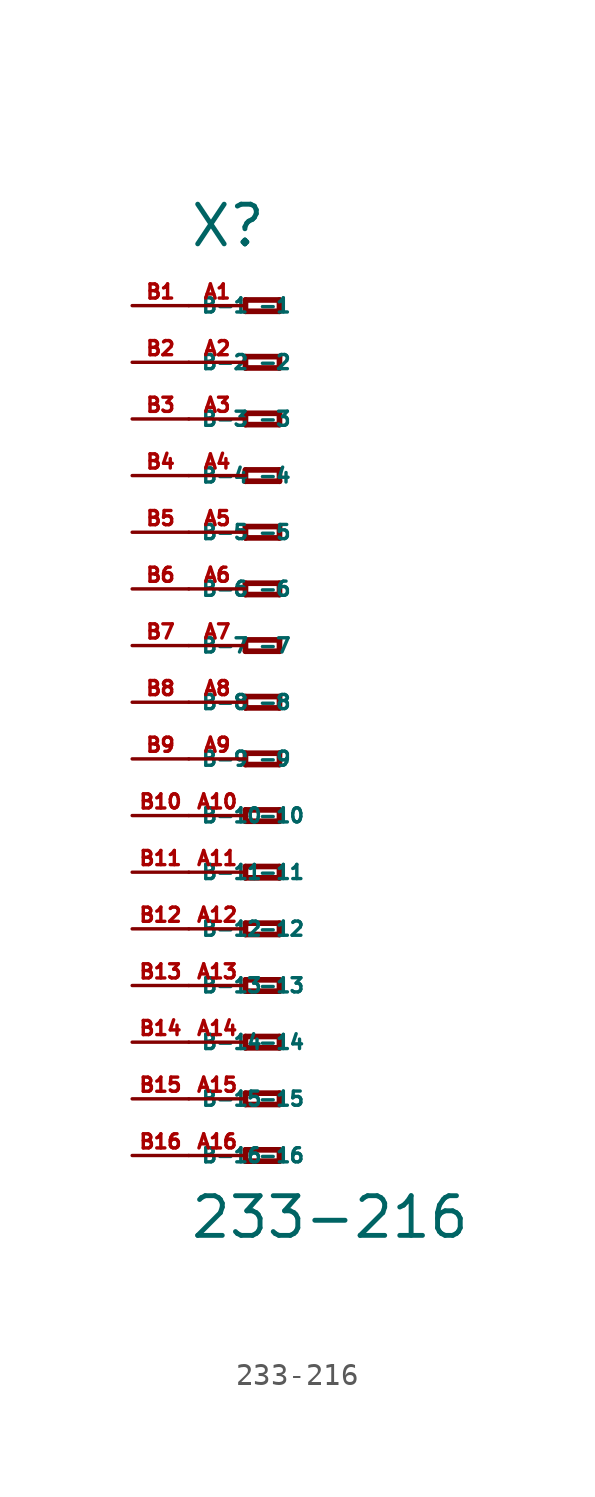
<source format=kicad_sym>
(kicad_symbol_lib
  (version 20220914)
  (generator Eagle2Kicad)
  (symbol "233-216"
    (property "Reference" "X"
      (at -5.08 20.32 0)
      (effects (font (size 1.778 1.778) (thickness 0.22)) (justify left bottom)))
    (property "Value" "233-216"
      (at -5.08 -24.13 0)
      (effects (font (size 1.778 1.778) (thickness 0.22)) (justify left bottom)))
    (polyline
      (pts (xy -2.54 18.034) (xy -2.54 17.526))
      (stroke (width 0.254) (type default))
      (fill (type none)))
    (polyline
      (pts (xy -2.54 17.526) (xy -1.016 17.526))
      (stroke (width 0.254) (type default))
      (fill (type none)))
    (polyline
      (pts (xy -1.016 17.526) (xy -1.016 18.034))
      (stroke (width 0.254) (type default))
      (fill (type none)))
    (polyline
      (pts (xy -1.016 18.034) (xy -2.54 18.034))
      (stroke (width 0.254) (type default))
      (fill (type none)))
    (polyline
      (pts (xy -2.54 15.494) (xy -2.54 14.986))
      (stroke (width 0.254) (type default))
      (fill (type none)))
    (polyline
      (pts (xy -2.54 14.986) (xy -1.016 14.986))
      (stroke (width 0.254) (type default))
      (fill (type none)))
    (polyline
      (pts (xy -1.016 14.986) (xy -1.016 15.494))
      (stroke (width 0.254) (type default))
      (fill (type none)))
    (polyline
      (pts (xy -1.016 15.494) (xy -2.54 15.494))
      (stroke (width 0.254) (type default))
      (fill (type none)))
    (polyline
      (pts (xy -2.54 12.954) (xy -2.54 12.446))
      (stroke (width 0.254) (type default))
      (fill (type none)))
    (polyline
      (pts (xy -2.54 12.446) (xy -1.016 12.446))
      (stroke (width 0.254) (type default))
      (fill (type none)))
    (polyline
      (pts (xy -1.016 12.446) (xy -1.016 12.954))
      (stroke (width 0.254) (type default))
      (fill (type none)))
    (polyline
      (pts (xy -1.016 12.954) (xy -2.54 12.954))
      (stroke (width 0.254) (type default))
      (fill (type none)))
    (polyline
      (pts (xy -2.54 10.414) (xy -2.54 9.906))
      (stroke (width 0.254) (type default))
      (fill (type none)))
    (polyline
      (pts (xy -2.54 9.906) (xy -1.016 9.906))
      (stroke (width 0.254) (type default))
      (fill (type none)))
    (polyline
      (pts (xy -1.016 9.906) (xy -1.016 10.414))
      (stroke (width 0.254) (type default))
      (fill (type none)))
    (polyline
      (pts (xy -1.016 10.414) (xy -2.54 10.414))
      (stroke (width 0.254) (type default))
      (fill (type none)))
    (polyline
      (pts (xy -2.54 7.874) (xy -2.54 7.366))
      (stroke (width 0.254) (type default))
      (fill (type none)))
    (polyline
      (pts (xy -2.54 7.366) (xy -1.016 7.366))
      (stroke (width 0.254) (type default))
      (fill (type none)))
    (polyline
      (pts (xy -1.016 7.366) (xy -1.016 7.874))
      (stroke (width 0.254) (type default))
      (fill (type none)))
    (polyline
      (pts (xy -1.016 7.874) (xy -2.54 7.874))
      (stroke (width 0.254) (type default))
      (fill (type none)))
    (polyline
      (pts (xy -2.54 5.334) (xy -2.54 4.826))
      (stroke (width 0.254) (type default))
      (fill (type none)))
    (polyline
      (pts (xy -2.54 4.826) (xy -1.016 4.826))
      (stroke (width 0.254) (type default))
      (fill (type none)))
    (polyline
      (pts (xy -1.016 4.826) (xy -1.016 5.334))
      (stroke (width 0.254) (type default))
      (fill (type none)))
    (polyline
      (pts (xy -1.016 5.334) (xy -2.54 5.334))
      (stroke (width 0.254) (type default))
      (fill (type none)))
    (polyline
      (pts (xy -2.54 2.794) (xy -2.54 2.286))
      (stroke (width 0.254) (type default))
      (fill (type none)))
    (polyline
      (pts (xy -2.54 2.286) (xy -1.016 2.286))
      (stroke (width 0.254) (type default))
      (fill (type none)))
    (polyline
      (pts (xy -1.016 2.286) (xy -1.016 2.794))
      (stroke (width 0.254) (type default))
      (fill (type none)))
    (polyline
      (pts (xy -1.016 2.794) (xy -2.54 2.794))
      (stroke (width 0.254) (type default))
      (fill (type none)))
    (polyline
      (pts (xy -2.54 0.254) (xy -2.54 -0.254))
      (stroke (width 0.254) (type default))
      (fill (type none)))
    (polyline
      (pts (xy -2.54 -0.254) (xy -1.016 -0.254))
      (stroke (width 0.254) (type default))
      (fill (type none)))
    (polyline
      (pts (xy -1.016 -0.254) (xy -1.016 0.254))
      (stroke (width 0.254) (type default))
      (fill (type none)))
    (polyline
      (pts (xy -1.016 0.254) (xy -2.54 0.254))
      (stroke (width 0.254) (type default))
      (fill (type none)))
    (polyline
      (pts (xy -2.54 -2.286) (xy -2.54 -2.794))
      (stroke (width 0.254) (type default))
      (fill (type none)))
    (polyline
      (pts (xy -2.54 -2.794) (xy -1.016 -2.794))
      (stroke (width 0.254) (type default))
      (fill (type none)))
    (polyline
      (pts (xy -1.016 -2.794) (xy -1.016 -2.286))
      (stroke (width 0.254) (type default))
      (fill (type none)))
    (polyline
      (pts (xy -1.016 -2.286) (xy -2.54 -2.286))
      (stroke (width 0.254) (type default))
      (fill (type none)))
    (polyline
      (pts (xy -2.54 -4.826) (xy -2.54 -5.334))
      (stroke (width 0.254) (type default))
      (fill (type none)))
    (polyline
      (pts (xy -2.54 -5.334) (xy -1.016 -5.334))
      (stroke (width 0.254) (type default))
      (fill (type none)))
    (polyline
      (pts (xy -1.016 -5.334) (xy -1.016 -4.826))
      (stroke (width 0.254) (type default))
      (fill (type none)))
    (polyline
      (pts (xy -1.016 -4.826) (xy -2.54 -4.826))
      (stroke (width 0.254) (type default))
      (fill (type none)))
    (polyline
      (pts (xy -2.54 -7.366) (xy -2.54 -7.874))
      (stroke (width 0.254) (type default))
      (fill (type none)))
    (polyline
      (pts (xy -2.54 -7.874) (xy -1.016 -7.874))
      (stroke (width 0.254) (type default))
      (fill (type none)))
    (polyline
      (pts (xy -1.016 -7.874) (xy -1.016 -7.366))
      (stroke (width 0.254) (type default))
      (fill (type none)))
    (polyline
      (pts (xy -1.016 -7.366) (xy -2.54 -7.366))
      (stroke (width 0.254) (type default))
      (fill (type none)))
    (polyline
      (pts (xy -2.54 -9.906) (xy -2.54 -10.414))
      (stroke (width 0.254) (type default))
      (fill (type none)))
    (polyline
      (pts (xy -2.54 -10.414) (xy -1.016 -10.414))
      (stroke (width 0.254) (type default))
      (fill (type none)))
    (polyline
      (pts (xy -1.016 -10.414) (xy -1.016 -9.906))
      (stroke (width 0.254) (type default))
      (fill (type none)))
    (polyline
      (pts (xy -1.016 -9.906) (xy -2.54 -9.906))
      (stroke (width 0.254) (type default))
      (fill (type none)))
    (polyline
      (pts (xy -2.54 -12.446) (xy -2.54 -12.954))
      (stroke (width 0.254) (type default))
      (fill (type none)))
    (polyline
      (pts (xy -2.54 -12.954) (xy -1.016 -12.954))
      (stroke (width 0.254) (type default))
      (fill (type none)))
    (polyline
      (pts (xy -1.016 -12.954) (xy -1.016 -12.446))
      (stroke (width 0.254) (type default))
      (fill (type none)))
    (polyline
      (pts (xy -1.016 -12.446) (xy -2.54 -12.446))
      (stroke (width 0.254) (type default))
      (fill (type none)))
    (polyline
      (pts (xy -2.54 -14.986) (xy -2.54 -15.494))
      (stroke (width 0.254) (type default))
      (fill (type none)))
    (polyline
      (pts (xy -2.54 -15.494) (xy -1.016 -15.494))
      (stroke (width 0.254) (type default))
      (fill (type none)))
    (polyline
      (pts (xy -1.016 -15.494) (xy -1.016 -14.986))
      (stroke (width 0.254) (type default))
      (fill (type none)))
    (polyline
      (pts (xy -1.016 -14.986) (xy -2.54 -14.986))
      (stroke (width 0.254) (type default))
      (fill (type none)))
    (polyline
      (pts (xy -2.54 -17.526) (xy -2.54 -18.034))
      (stroke (width 0.254) (type default))
      (fill (type none)))
    (polyline
      (pts (xy -2.54 -18.034) (xy -1.016 -18.034))
      (stroke (width 0.254) (type default))
      (fill (type none)))
    (polyline
      (pts (xy -1.016 -18.034) (xy -1.016 -17.526))
      (stroke (width 0.254) (type default))
      (fill (type none)))
    (polyline
      (pts (xy -1.016 -17.526) (xy -2.54 -17.526))
      (stroke (width 0.254) (type default))
      (fill (type none)))
    (polyline
      (pts (xy -2.54 -20.066) (xy -2.54 -20.574))
      (stroke (width 0.254) (type default))
      (fill (type none)))
    (polyline
      (pts (xy -2.54 -20.574) (xy -1.016 -20.574))
      (stroke (width 0.254) (type default))
      (fill (type none)))
    (polyline
      (pts (xy -1.016 -20.574) (xy -1.016 -20.066))
      (stroke (width 0.254) (type default))
      (fill (type none)))
    (polyline
      (pts (xy -1.016 -20.066) (xy -2.54 -20.066))
      (stroke (width 0.254) (type default))
      (fill (type none)))
    (pin passive line
      (at -5.08 17.78 0)
      (length 2.54)
      (name "-1" (effects (font (size 0.635 0.635) (thickness 0.08)) (justify left bottom)))
      (number "A1" (effects (font (size 0.635 0.635) (thickness 0.08)) (justify left bottom))))
    (pin passive line
      (at -5.08 15.24 0)
      (length 2.54)
      (name "-2" (effects (font (size 0.635 0.635) (thickness 0.08)) (justify left bottom)))
      (number "A2" (effects (font (size 0.635 0.635) (thickness 0.08)) (justify left bottom))))
    (pin passive line
      (at -5.08 12.7 0)
      (length 2.54)
      (name "-3" (effects (font (size 0.635 0.635) (thickness 0.08)) (justify left bottom)))
      (number "A3" (effects (font (size 0.635 0.635) (thickness 0.08)) (justify left bottom))))
    (pin passive line
      (at -5.08 10.16 0)
      (length 2.54)
      (name "-4" (effects (font (size 0.635 0.635) (thickness 0.08)) (justify left bottom)))
      (number "A4" (effects (font (size 0.635 0.635) (thickness 0.08)) (justify left bottom))))
    (pin passive line
      (at -5.08 7.62 0)
      (length 2.54)
      (name "-5" (effects (font (size 0.635 0.635) (thickness 0.08)) (justify left bottom)))
      (number "A5" (effects (font (size 0.635 0.635) (thickness 0.08)) (justify left bottom))))
    (pin passive line
      (at -5.08 5.08 0)
      (length 2.54)
      (name "-6" (effects (font (size 0.635 0.635) (thickness 0.08)) (justify left bottom)))
      (number "A6" (effects (font (size 0.635 0.635) (thickness 0.08)) (justify left bottom))))
    (pin passive line
      (at -5.08 2.54 0)
      (length 2.54)
      (name "-7" (effects (font (size 0.635 0.635) (thickness 0.08)) (justify left bottom)))
      (number "A7" (effects (font (size 0.635 0.635) (thickness 0.08)) (justify left bottom))))
    (pin passive line
      (at -5.08 0 0)
      (length 2.54)
      (name "-8" (effects (font (size 0.635 0.635) (thickness 0.08)) (justify left bottom)))
      (number "A8" (effects (font (size 0.635 0.635) (thickness 0.08)) (justify left bottom))))
    (pin passive line
      (at -5.08 -2.54 0)
      (length 2.54)
      (name "-9" (effects (font (size 0.635 0.635) (thickness 0.08)) (justify left bottom)))
      (number "A9" (effects (font (size 0.635 0.635) (thickness 0.08)) (justify left bottom))))
    (pin passive line
      (at -5.08 -5.08 0)
      (length 2.54)
      (name "-10" (effects (font (size 0.635 0.635) (thickness 0.08)) (justify left bottom)))
      (number "A10" (effects (font (size 0.635 0.635) (thickness 0.08)) (justify left bottom))))
    (pin passive line
      (at -5.08 -7.62 0)
      (length 2.54)
      (name "-11" (effects (font (size 0.635 0.635) (thickness 0.08)) (justify left bottom)))
      (number "A11" (effects (font (size 0.635 0.635) (thickness 0.08)) (justify left bottom))))
    (pin passive line
      (at -5.08 -10.16 0)
      (length 2.54)
      (name "-12" (effects (font (size 0.635 0.635) (thickness 0.08)) (justify left bottom)))
      (number "A12" (effects (font (size 0.635 0.635) (thickness 0.08)) (justify left bottom))))
    (pin passive line
      (at -5.08 -12.7 0)
      (length 2.54)
      (name "-13" (effects (font (size 0.635 0.635) (thickness 0.08)) (justify left bottom)))
      (number "A13" (effects (font (size 0.635 0.635) (thickness 0.08)) (justify left bottom))))
    (pin passive line
      (at -5.08 -15.24 0)
      (length 2.54)
      (name "-14" (effects (font (size 0.635 0.635) (thickness 0.08)) (justify left bottom)))
      (number "A14" (effects (font (size 0.635 0.635) (thickness 0.08)) (justify left bottom))))
    (pin passive line
      (at -5.08 -17.78 0)
      (length 2.54)
      (name "-15" (effects (font (size 0.635 0.635) (thickness 0.08)) (justify left bottom)))
      (number "A15" (effects (font (size 0.635 0.635) (thickness 0.08)) (justify left bottom))))
    (pin passive line
      (at -5.08 -20.32 0)
      (length 2.54)
      (name "-16" (effects (font (size 0.635 0.635) (thickness 0.08)) (justify left bottom)))
      (number "A16" (effects (font (size 0.635 0.635) (thickness 0.08)) (justify left bottom))))
    (pin passive line
      (at -7.62 -20.32 0)
      (length 2.54)
      (name "B-16" (effects (font (size 0.635 0.635) (thickness 0.08)) (justify left bottom)))
      (number "B16" (effects (font (size 0.635 0.635) (thickness 0.08)) (justify left bottom))))
    (pin passive line
      (at -7.62 17.78 0)
      (length 2.54)
      (name "B-1" (effects (font (size 0.635 0.635) (thickness 0.08)) (justify left bottom)))
      (number "B1" (effects (font (size 0.635 0.635) (thickness 0.08)) (justify left bottom))))
    (pin passive line
      (at -7.62 15.24 0)
      (length 2.54)
      (name "B-2" (effects (font (size 0.635 0.635) (thickness 0.08)) (justify left bottom)))
      (number "B2" (effects (font (size 0.635 0.635) (thickness 0.08)) (justify left bottom))))
    (pin passive line
      (at -7.62 12.7 0)
      (length 2.54)
      (name "B-3" (effects (font (size 0.635 0.635) (thickness 0.08)) (justify left bottom)))
      (number "B3" (effects (font (size 0.635 0.635) (thickness 0.08)) (justify left bottom))))
    (pin passive line
      (at -7.62 10.16 0)
      (length 2.54)
      (name "B-4" (effects (font (size 0.635 0.635) (thickness 0.08)) (justify left bottom)))
      (number "B4" (effects (font (size 0.635 0.635) (thickness 0.08)) (justify left bottom))))
    (pin passive line
      (at -7.62 7.62 0)
      (length 2.54)
      (name "B-5" (effects (font (size 0.635 0.635) (thickness 0.08)) (justify left bottom)))
      (number "B5" (effects (font (size 0.635 0.635) (thickness 0.08)) (justify left bottom))))
    (pin passive line
      (at -7.62 5.08 0)
      (length 2.54)
      (name "B-6" (effects (font (size 0.635 0.635) (thickness 0.08)) (justify left bottom)))
      (number "B6" (effects (font (size 0.635 0.635) (thickness 0.08)) (justify left bottom))))
    (pin passive line
      (at -7.62 2.54 0)
      (length 2.54)
      (name "B-7" (effects (font (size 0.635 0.635) (thickness 0.08)) (justify left bottom)))
      (number "B7" (effects (font (size 0.635 0.635) (thickness 0.08)) (justify left bottom))))
    (pin passive line
      (at -7.62 0 0)
      (length 2.54)
      (name "B-8" (effects (font (size 0.635 0.635) (thickness 0.08)) (justify left bottom)))
      (number "B8" (effects (font (size 0.635 0.635) (thickness 0.08)) (justify left bottom))))
    (pin passive line
      (at -7.62 -2.54 0)
      (length 2.54)
      (name "B-9" (effects (font (size 0.635 0.635) (thickness 0.08)) (justify left bottom)))
      (number "B9" (effects (font (size 0.635 0.635) (thickness 0.08)) (justify left bottom))))
    (pin passive line
      (at -7.62 -5.08 0)
      (length 2.54)
      (name "B-10" (effects (font (size 0.635 0.635) (thickness 0.08)) (justify left bottom)))
      (number "B10" (effects (font (size 0.635 0.635) (thickness 0.08)) (justify left bottom))))
    (pin passive line
      (at -7.62 -7.62 0)
      (length 2.54)
      (name "B-11" (effects (font (size 0.635 0.635) (thickness 0.08)) (justify left bottom)))
      (number "B11" (effects (font (size 0.635 0.635) (thickness 0.08)) (justify left bottom))))
    (pin passive line
      (at -7.62 -10.16 0)
      (length 2.54)
      (name "B-12" (effects (font (size 0.635 0.635) (thickness 0.08)) (justify left bottom)))
      (number "B12" (effects (font (size 0.635 0.635) (thickness 0.08)) (justify left bottom))))
    (pin passive line
      (at -7.62 -12.7 0)
      (length 2.54)
      (name "B-13" (effects (font (size 0.635 0.635) (thickness 0.08)) (justify left bottom)))
      (number "B13" (effects (font (size 0.635 0.635) (thickness 0.08)) (justify left bottom))))
    (pin passive line
      (at -7.62 -15.24 0)
      (length 2.54)
      (name "B-14" (effects (font (size 0.635 0.635) (thickness 0.08)) (justify left bottom)))
      (number "B14" (effects (font (size 0.635 0.635) (thickness 0.08)) (justify left bottom))))
    (pin passive line
      (at -7.62 -17.78 0)
      (length 2.54)
      (name "B-15" (effects (font (size 0.635 0.635) (thickness 0.08)) (justify left bottom)))
      (number "B15" (effects (font (size 0.635 0.635) (thickness 0.08)) (justify left bottom))))))
</source>
